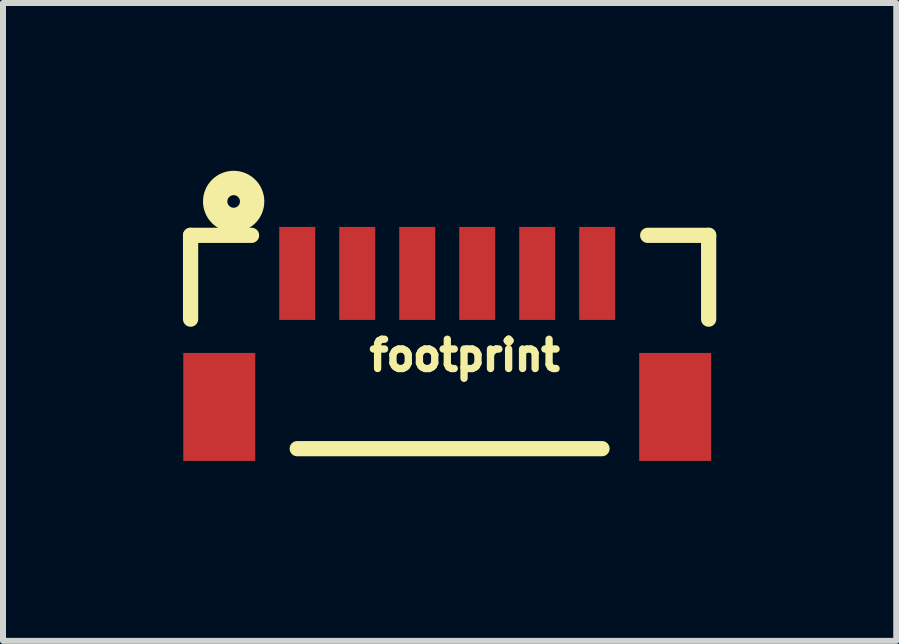
<source format=kicad_pcb>
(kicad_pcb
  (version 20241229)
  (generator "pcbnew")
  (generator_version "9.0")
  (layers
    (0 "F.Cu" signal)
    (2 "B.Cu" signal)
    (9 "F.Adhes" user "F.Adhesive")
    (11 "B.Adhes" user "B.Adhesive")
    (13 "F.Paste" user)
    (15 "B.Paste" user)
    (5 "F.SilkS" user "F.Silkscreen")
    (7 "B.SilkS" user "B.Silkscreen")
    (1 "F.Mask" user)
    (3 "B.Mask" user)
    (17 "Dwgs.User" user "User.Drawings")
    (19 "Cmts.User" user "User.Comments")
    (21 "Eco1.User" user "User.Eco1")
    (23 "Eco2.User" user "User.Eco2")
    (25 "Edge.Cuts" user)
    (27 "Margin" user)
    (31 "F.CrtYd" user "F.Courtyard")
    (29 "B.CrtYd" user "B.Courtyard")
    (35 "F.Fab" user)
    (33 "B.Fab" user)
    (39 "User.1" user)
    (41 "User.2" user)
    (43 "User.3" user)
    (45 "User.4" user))
  (footprint "footprint"
    (layer "F.Cu")
    (at 4.445 2.778)
    (property "Reference" "footprint" (at -1.397 0.381 0) (layer "F.SilkS") (effects (font (size 0.488 0.488) (thickness 0.122)) (justify left bottom)))
    (fp_line (start -4.318 -1.905) (end -3.302 -1.905) (stroke (width 0.254) (type solid)) (layer "F.SilkS"))
    (fp_line (start -4.318 -0.508) (end -4.318 -1.905) (stroke (width 0.254) (type solid)) (layer "F.SilkS"))
    (fp_line (start -2.54 1.651) (end 2.54 1.651) (stroke (width 0.254) (type solid)) (layer "F.SilkS"))
    (fp_line (start 3.302 -1.905) (end 4.318 -1.905) (stroke (width 0.254) (type solid)) (layer "F.SilkS"))
    (fp_line (start 4.318 -1.905) (end 4.318 -0.508) (stroke (width 0.254) (type solid)) (layer "F.SilkS"))
    (fp_circle (center -3.6 -2.47) (end -3.495 -2.47) (stroke (width 0.406) (type solid)) (fill no) (layer "F.SilkS"))
    (pad "1" smd rect (at -2.54 -1.27) (size 0.6 1.55) (layers "F.Cu" "F.Mask" "F.Paste"))
    (pad "2" smd rect (at -1.54 -1.27) (size 0.6 1.55) (layers "F.Cu" "F.Mask" "F.Paste"))
    (pad "3" smd rect (at -0.54 -1.27) (size 0.6 1.55) (layers "F.Cu" "F.Mask" "F.Paste"))
    (pad "4" smd rect (at 0.46 -1.27) (size 0.6 1.55) (layers "F.Cu" "F.Mask" "F.Paste"))
    (pad "5" smd rect (at 1.46 -1.27) (size 0.6 1.55) (layers "F.Cu" "F.Mask" "F.Paste"))
    (pad "6" smd rect (at 2.46 -1.27) (size 0.6 1.55) (layers "F.Cu" "F.Mask" "F.Paste"))
    (pad "P$1" smd rect (at -3.84 0.955) (size 1.2 1.8) (layers "F.Cu" "F.Mask" "F.Paste"))
    (pad "P$2" smd rect (at 3.76 0.955) (size 1.2 1.8) (layers "F.Cu" "F.Mask" "F.Paste")))
  (gr_rect
    (start -3 -3)
    (end 11.89 7.633)
    (stroke (width 0.1) (type default))
    (fill no)
    (layer "Edge.Cuts")))
</source>
